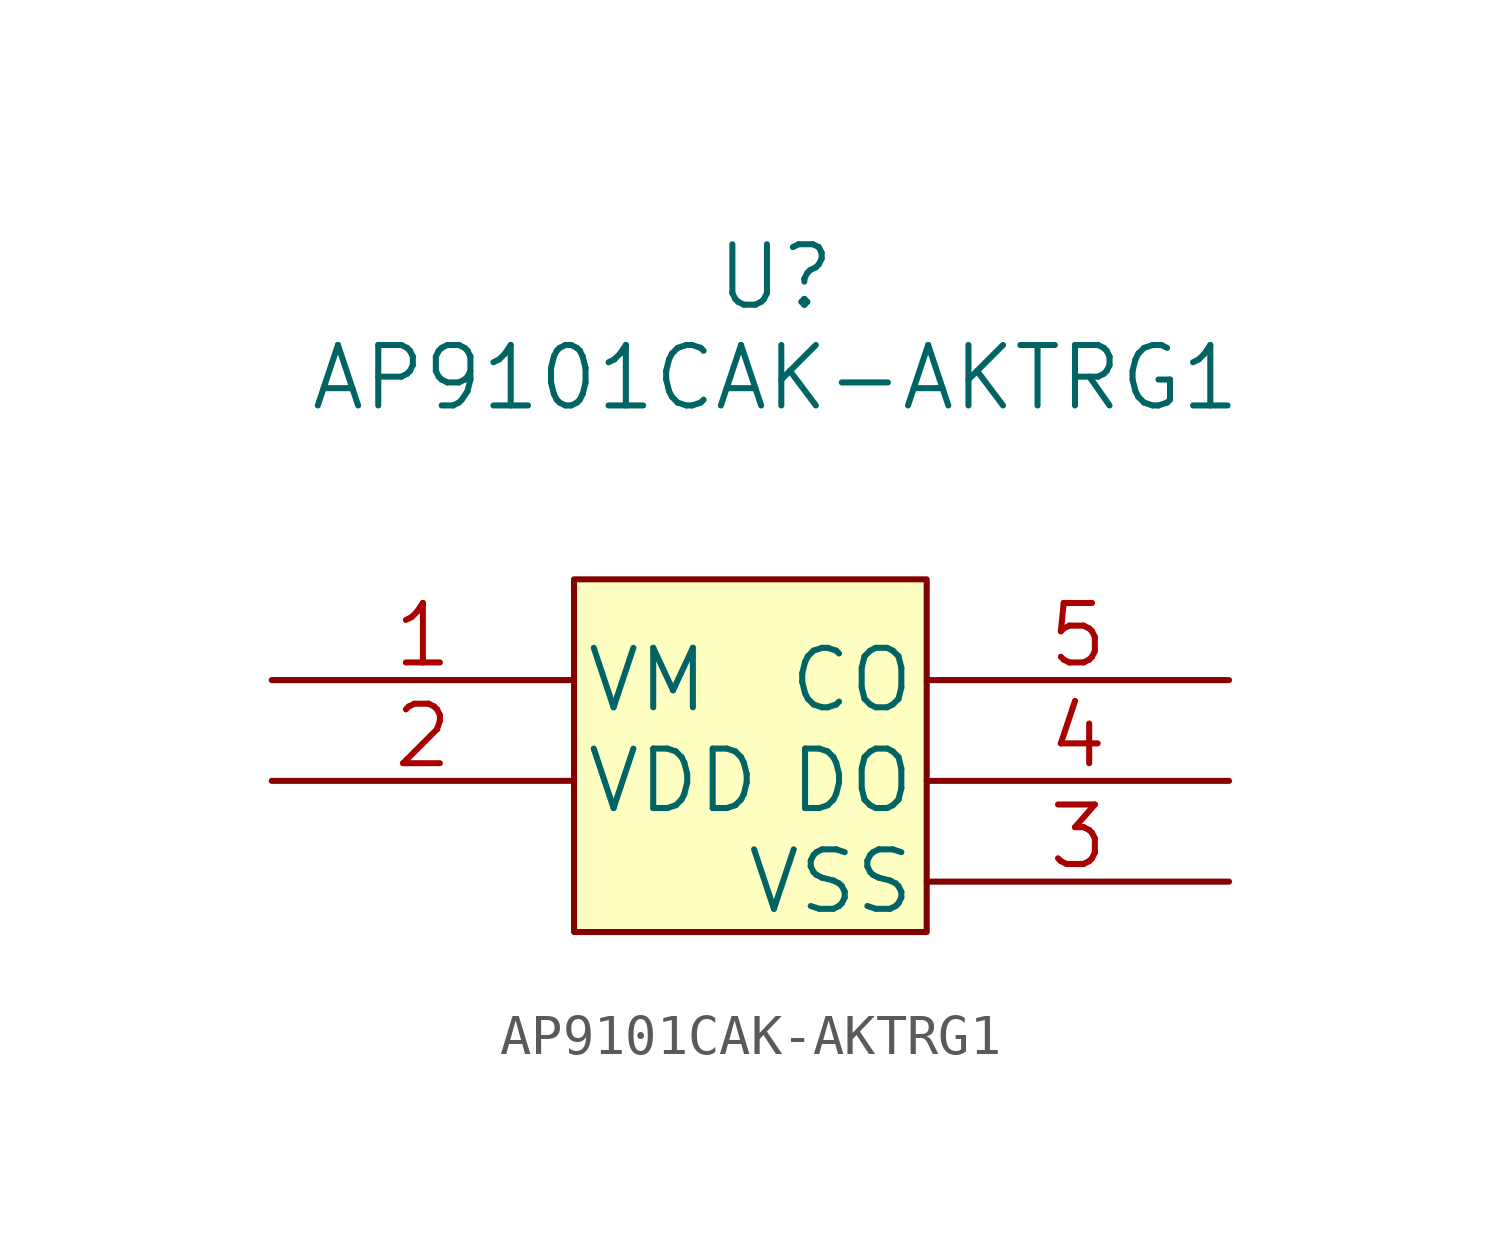
<source format=kicad_sym>
(kicad_symbol_lib
  (version 20211014)
  (generator kicad_symbol_editor)
  (symbol "AP9101CAK-AKTRG1"
    (pin_names
      (offset 0.254))
    (property "Reference" "U"
      (at 20.32 10.16 0)
      (effects (font (size 1.524 1.524))))
    (property "Value" "AP9101CAK-AKTRG1"
      (at 20.32 7.62 0)
      (effects (font (size 1.524 1.524))))
    (property "Datasheet" ""
      (at 7.62 0 0)
      (effects (font (size 1.524 1.524))))
    (property "ki_locked" ""
      (at 0 0 0)
      (effects (font (size 1.27 1.27))))
    (symbol "AP9101CAK-AKTRG1_1_1"
      (rectangle (start 15.24 2.54) (end 24.13 -6.35) (stroke (width 0) (type default) (color 0 0 0 0)) (fill (type background)))
      (pin unspecified line (at 7.62 0 0) (length 7.62) (name "VM" (effects (font (size 1.499 1.499)))) (number "1" (effects (font (size 1.499 1.499)))))
      (pin power_in line (at 7.62 -2.54 0) (length 7.62) (name "VDD" (effects (font (size 1.499 1.499)))) (number "2" (effects (font (size 1.499 1.499)))))
      (pin power_in line (at 31.75 -5.08 180) (length 7.62) (name "VSS" (effects (font (size 1.499 1.499)))) (number "3" (effects (font (size 1.499 1.499)))))
      (pin unspecified line (at 31.75 -2.54 180) (length 7.62) (name "DO" (effects (font (size 1.499 1.499)))) (number "4" (effects (font (size 1.499 1.499)))))
      (pin unspecified line (at 31.75 0 180) (length 7.62) (name "CO" (effects (font (size 1.499 1.499)))) (number "5" (effects (font (size 1.499 1.499))))))))
</source>
